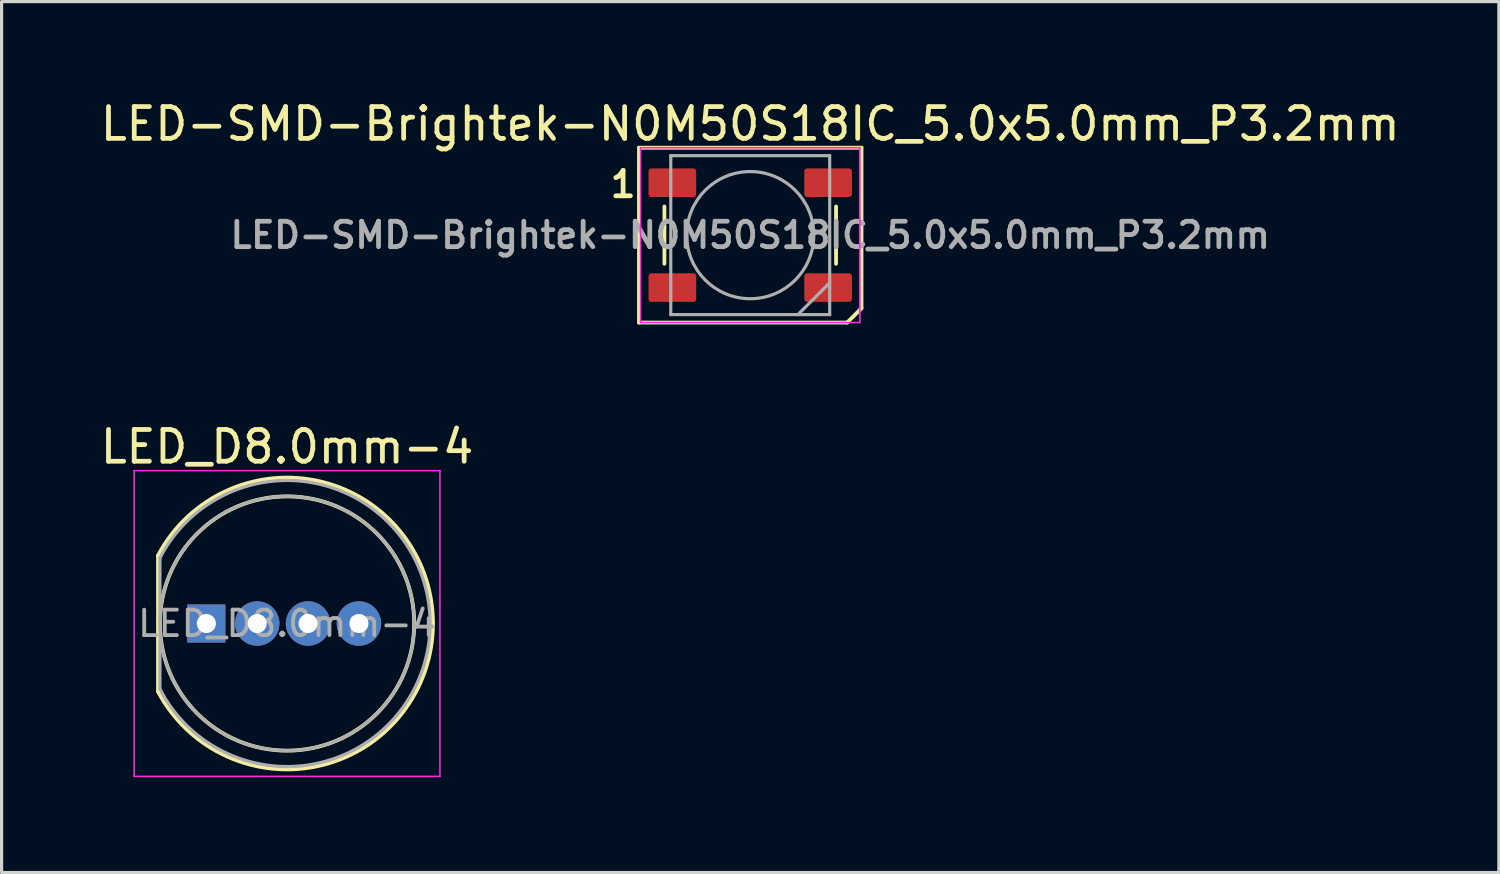
<source format=kicad_pcb>
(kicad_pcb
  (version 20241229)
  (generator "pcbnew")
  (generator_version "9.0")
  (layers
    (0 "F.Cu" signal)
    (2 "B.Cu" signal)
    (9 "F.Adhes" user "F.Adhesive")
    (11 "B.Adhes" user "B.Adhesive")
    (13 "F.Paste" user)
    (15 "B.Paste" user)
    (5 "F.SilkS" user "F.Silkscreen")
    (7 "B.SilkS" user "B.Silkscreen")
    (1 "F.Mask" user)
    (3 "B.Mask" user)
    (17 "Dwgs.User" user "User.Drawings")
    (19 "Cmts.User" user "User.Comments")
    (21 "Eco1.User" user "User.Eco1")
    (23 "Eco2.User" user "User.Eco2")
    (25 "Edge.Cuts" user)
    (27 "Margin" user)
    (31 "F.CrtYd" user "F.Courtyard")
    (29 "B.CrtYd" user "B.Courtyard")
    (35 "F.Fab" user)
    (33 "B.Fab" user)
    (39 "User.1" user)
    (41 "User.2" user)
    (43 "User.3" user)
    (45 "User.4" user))
  (footprint "LED-SMD-Brightek-N0M50S18IC_5.0x5.0mm_P3.2mm"
    (layer "F.Cu")
    (at 20.554 4.348)
    (property "Reference" "LED-SMD-Brightek-N0M50S18IC_5.0x5.0mm_P3.2mm" (at 0 -3.5 0) (layer "F.SilkS") (effects (font (size 1 1) (thickness 0.15))))
    (attr smd)
    (fp_line (start -3.5 -2.75) (end -3.5 2.75) (stroke (width 0.12) (type default)) (layer "F.SilkS"))
    (fp_line (start -3.5 -2.75) (end 3.5 -2.75) (stroke (width 0.12) (type solid)) (layer "F.SilkS"))
    (fp_line (start -3.5 2.75) (end 3.05 2.75) (stroke (width 0.12) (type solid)) (layer "F.SilkS"))
    (fp_line (start -2.7 0.9) (end -2.7 -0.9) (stroke (width 0.12) (type default)) (layer "F.SilkS"))
    (fp_line (start 2.7 0.9) (end 2.7 -0.9) (stroke (width 0.12) (type default)) (layer "F.SilkS"))
    (fp_line (start 3.05 2.75) (end 3.5 2.3) (stroke (width 0.12) (type default)) (layer "F.SilkS"))
    (fp_line (start 3.5 2.3) (end 3.5 -2.75) (stroke (width 0.12) (type default)) (layer "F.SilkS"))
    (fp_line (start -3.45 -2.75) (end -3.45 2.75) (stroke (width 0.05) (type solid)) (layer "F.CrtYd"))
    (fp_line (start -3.45 2.75) (end 3.45 2.75) (stroke (width 0.05) (type solid)) (layer "F.CrtYd"))
    (fp_line (start 3.45 -2.75) (end -3.45 -2.75) (stroke (width 0.05) (type solid)) (layer "F.CrtYd"))
    (fp_line (start 3.45 2.75) (end 3.45 -2.75) (stroke (width 0.05) (type solid)) (layer "F.CrtYd"))
    (fp_line (start -2.5 -2.5) (end -2.5 2.5) (stroke (width 0.1) (type solid)) (layer "F.Fab"))
    (fp_line (start -2.5 2.5) (end 2.5 2.5) (stroke (width 0.1) (type solid)) (layer "F.Fab"))
    (fp_line (start 2.5 -2.5) (end -2.5 -2.5) (stroke (width 0.1) (type solid)) (layer "F.Fab"))
    (fp_line (start 2.5 1.5) (end 1.5 2.5) (stroke (width 0.1) (type solid)) (layer "F.Fab"))
    (fp_line (start 2.5 2.5) (end 2.5 -2.5) (stroke (width 0.1) (type solid)) (layer "F.Fab"))
    (fp_circle (center 0 0) (end 0 -2) (stroke (width 0.1) (type solid)) (fill no) (layer "F.Fab"))
    (fp_text user "1" (at -4 -1.6 0) (unlocked yes) (layer "F.SilkS") (effects (font (size 0.8 0.8) (thickness 0.15))))
    (fp_text user "${REFERENCE}" (at 0 0 0) (layer "F.Fab") (effects (font (size 0.8 0.8) (thickness 0.15))))
    (pad "1" smd roundrect (at -2.45 -1.65) (size 1.5 0.9) (layers "F.Cu" "F.Mask" "F.Paste") (roundrect_rratio 0.1))
    (pad "2" smd roundrect (at -2.45 1.65) (size 1.5 0.9) (layers "F.Cu" "F.Mask" "F.Paste") (roundrect_rratio 0.1))
    (pad "3" smd roundrect (at 2.45 1.65) (size 1.5 0.9) (layers "F.Cu" "F.Mask" "F.Paste") (roundrect_rratio 0.1))
    (pad "4" smd roundrect (at 2.45 -1.65) (size 1.5 0.9) (layers "F.Cu" "F.Mask" "F.Paste") (roundrect_rratio 0.1)))
  (footprint "LED_D8.0mm-4"
    (layer "F.Cu")
    (at 3.442 16.567)
    (property "Reference" "LED_D8.0mm-4" (at 2.54 -5.56 0) (layer "F.SilkS") (effects (font (size 1 1) (thickness 0.15))))
    (attr through_hole)
    (fp_line (start -1.52 -2.141) (end -1.52 2.141) (stroke (width 0.12) (type solid)) (layer "F.SilkS"))
    (fp_arc (start -1.52 -2.141145) (mid 3.642883 -4.45553) (end 7.13 0) (stroke (width 0.12) (type solid)) (layer "F.SilkS"))
    (fp_arc (start 7.13 0) (mid 3.642883 4.45553) (end -1.52 2.141145) (stroke (width 0.12) (type solid)) (layer "F.SilkS"))
    (fp_circle (center 2.54 0) (end 6.54 0) (stroke (width 0.12) (type solid)) (fill no) (layer "F.SilkS"))
    (fp_line (start -2.27 -4.81) (end -2.27 4.81) (stroke (width 0.05) (type solid)) (layer "F.CrtYd"))
    (fp_line (start -2.27 4.81) (end 7.35 4.81) (stroke (width 0.05) (type solid)) (layer "F.CrtYd"))
    (fp_line (start 7.35 -4.81) (end -2.27 -4.81) (stroke (width 0.05) (type solid)) (layer "F.CrtYd"))
    (fp_line (start 7.35 4.81) (end 7.35 -4.81) (stroke (width 0.05) (type solid)) (layer "F.CrtYd"))
    (fp_line (start -1.46 -2.062) (end -1.46 2.062) (stroke (width 0.1) (type solid)) (layer "F.Fab"))
    (fp_arc (start -1.46 -2.061553) (mid 7.04 0) (end -1.46 2.061553) (stroke (width 0.1) (type solid)) (layer "F.Fab"))
    (fp_circle (center 2.54 0) (end 6.54 0) (stroke (width 0.1) (type solid)) (fill no) (layer "F.Fab"))
    (fp_text user "${REFERENCE}" (at 2.54 0 0) (layer "F.Fab") (effects (font (size 0.8 0.8) (thickness 0.12))))
    (pad "1" thru_hole rect (at 0 0) (size 1.2 1.2) (drill 0.6) (layers "*.Cu" "*.Mask"))
    (pad "2" thru_hole circle (at 1.6 0) (size 1.4 1.4) (drill 0.6) (layers "*.Cu" "*.Mask"))
    (pad "3" thru_hole circle (at 3.2 0) (size 1.4 1.4) (drill 0.6) (layers "*.Cu" "*.Mask"))
    (pad "4" thru_hole circle (at 4.8 0) (size 1.4 1.4) (drill 0.6) (layers "*.Cu" "*.Mask")))
  (gr_rect
    (start -3 -3)
    (end 44.107 24.401)
    (stroke (width 0.1) (type default))
    (fill no)
    (layer "Edge.Cuts")))
</source>
